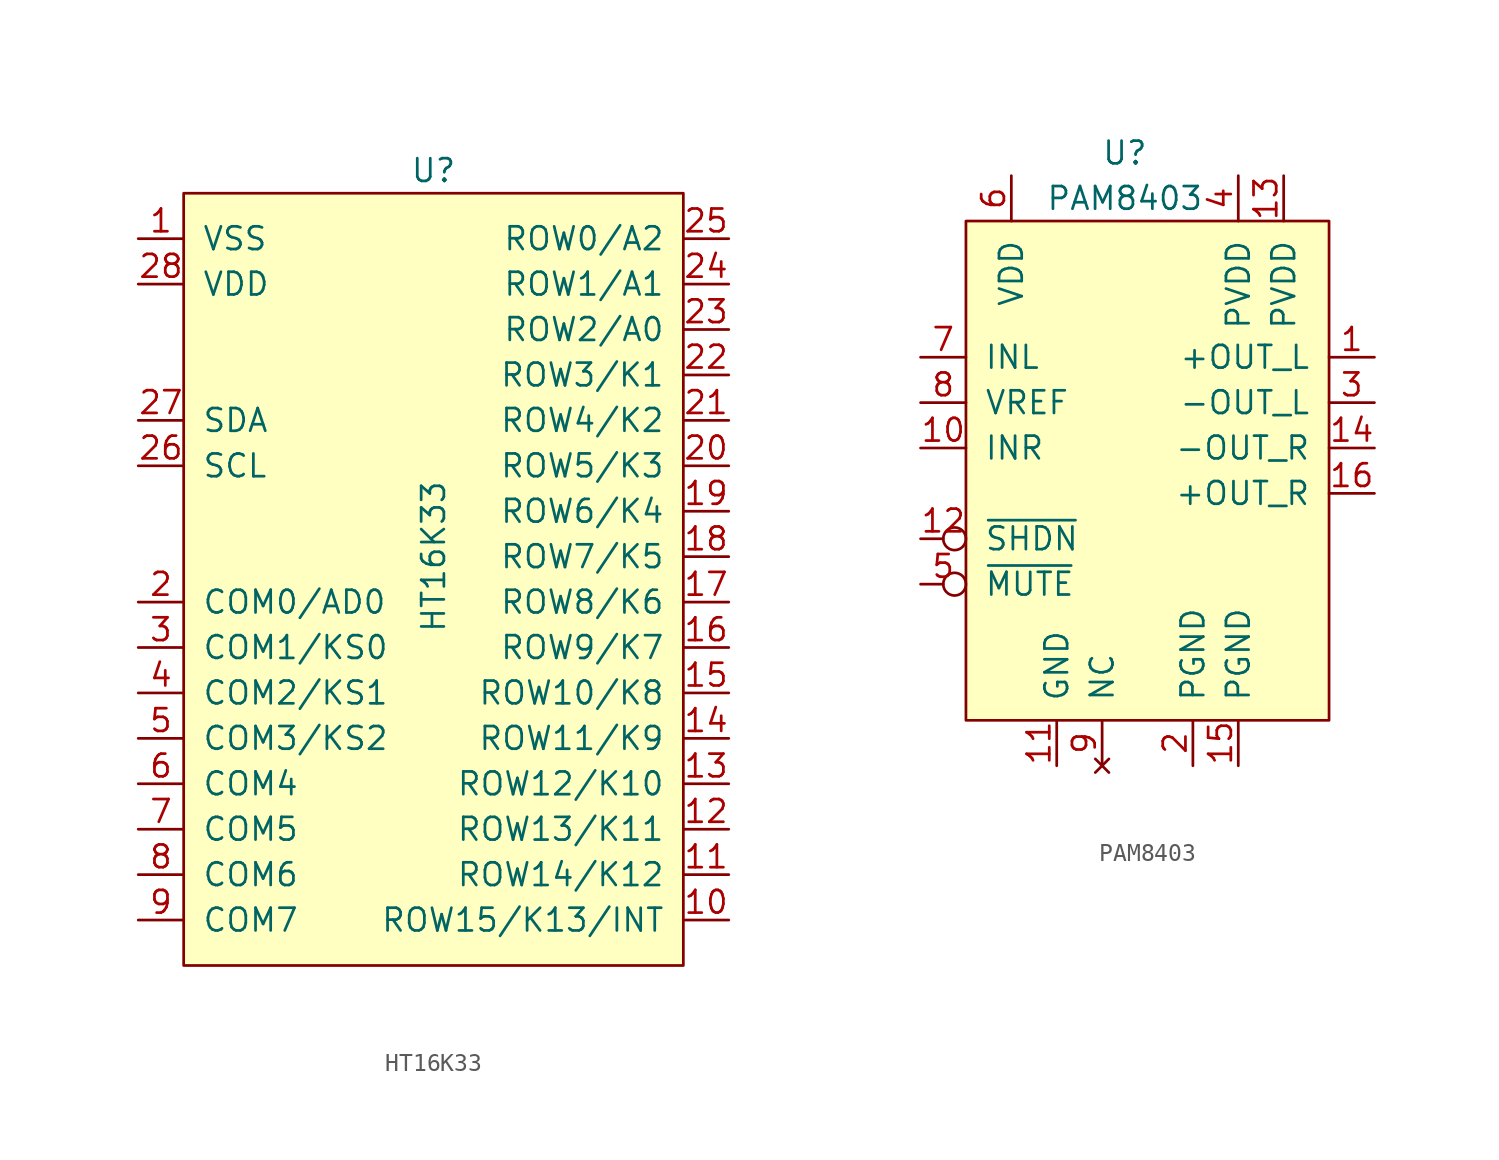
<source format=kicad_sym>
(kicad_symbol_lib
  (version 20211014)
  (generator kicad_symbol_editor)
  (symbol "HT16K33"
    (pin_names
      (offset 1.016))
    (property "Reference" "U"
      (at 0 -2.54 0)
      (effects (font (size 1.27 1.27))))
    (property "Value" "HT16K33"
      (at 0 -24.13 90)
      (effects (font (size 1.27 1.27))))
    (symbol "HT16K33_0_1"
      (rectangle (start -13.97 -3.81) (end 13.97 -46.99) (stroke (width 0) (type default) (color 0 0 0 0)) (fill (type background))))
    (symbol "HT16K33_1_1"
      (pin power_in line (at -16.51 -6.35 0) (length 2.54) (name "VSS" (effects (font (size 1.27 1.27)))) (number "1" (effects (font (size 1.27 1.27)))))
      (pin bidirectional line (at 16.51 -44.45 180) (length 2.54) (name "ROW15/K13/INT" (effects (font (size 1.27 1.27)))) (number "10" (effects (font (size 1.27 1.27)))))
      (pin bidirectional line (at 16.51 -41.91 180) (length 2.54) (name "ROW14/K12" (effects (font (size 1.27 1.27)))) (number "11" (effects (font (size 1.27 1.27)))))
      (pin bidirectional line (at 16.51 -39.37 180) (length 2.54) (name "ROW13/K11" (effects (font (size 1.27 1.27)))) (number "12" (effects (font (size 1.27 1.27)))))
      (pin bidirectional line (at 16.51 -36.83 180) (length 2.54) (name "ROW12/K10" (effects (font (size 1.27 1.27)))) (number "13" (effects (font (size 1.27 1.27)))))
      (pin bidirectional line (at 16.51 -34.29 180) (length 2.54) (name "ROW11/K9" (effects (font (size 1.27 1.27)))) (number "14" (effects (font (size 1.27 1.27)))))
      (pin bidirectional line (at 16.51 -31.75 180) (length 2.54) (name "ROW10/K8" (effects (font (size 1.27 1.27)))) (number "15" (effects (font (size 1.27 1.27)))))
      (pin bidirectional line (at 16.51 -29.21 180) (length 2.54) (name "ROW9/K7" (effects (font (size 1.27 1.27)))) (number "16" (effects (font (size 1.27 1.27)))))
      (pin bidirectional line (at 16.51 -26.67 180) (length 2.54) (name "ROW8/K6" (effects (font (size 1.27 1.27)))) (number "17" (effects (font (size 1.27 1.27)))))
      (pin bidirectional line (at 16.51 -24.13 180) (length 2.54) (name "ROW7/K5" (effects (font (size 1.27 1.27)))) (number "18" (effects (font (size 1.27 1.27)))))
      (pin bidirectional line (at 16.51 -21.59 180) (length 2.54) (name "ROW6/K4" (effects (font (size 1.27 1.27)))) (number "19" (effects (font (size 1.27 1.27)))))
      (pin bidirectional line (at -16.51 -26.67 0) (length 2.54) (name "COM0/AD0" (effects (font (size 1.27 1.27)))) (number "2" (effects (font (size 1.27 1.27)))))
      (pin bidirectional line (at 16.51 -19.05 180) (length 2.54) (name "ROW5/K3" (effects (font (size 1.27 1.27)))) (number "20" (effects (font (size 1.27 1.27)))))
      (pin bidirectional line (at 16.51 -16.51 180) (length 2.54) (name "ROW4/K2" (effects (font (size 1.27 1.27)))) (number "21" (effects (font (size 1.27 1.27)))))
      (pin bidirectional line (at 16.51 -13.97 180) (length 2.54) (name "ROW3/K1" (effects (font (size 1.27 1.27)))) (number "22" (effects (font (size 1.27 1.27)))))
      (pin bidirectional line (at 16.51 -11.43 180) (length 2.54) (name "ROW2/A0" (effects (font (size 1.27 1.27)))) (number "23" (effects (font (size 1.27 1.27)))))
      (pin bidirectional line (at 16.51 -8.89 180) (length 2.54) (name "ROW1/A1" (effects (font (size 1.27 1.27)))) (number "24" (effects (font (size 1.27 1.27)))))
      (pin bidirectional line (at 16.51 -6.35 180) (length 2.54) (name "ROW0/A2" (effects (font (size 1.27 1.27)))) (number "25" (effects (font (size 1.27 1.27)))))
      (pin bidirectional line (at -16.51 -19.05 0) (length 2.54) (name "SCL" (effects (font (size 1.27 1.27)))) (number "26" (effects (font (size 1.27 1.27)))))
      (pin bidirectional line (at -16.51 -16.51 0) (length 2.54) (name "SDA" (effects (font (size 1.27 1.27)))) (number "27" (effects (font (size 1.27 1.27)))))
      (pin power_in line (at -16.51 -8.89 0) (length 2.54) (name "VDD" (effects (font (size 1.27 1.27)))) (number "28" (effects (font (size 1.27 1.27)))))
      (pin bidirectional line (at -16.51 -29.21 0) (length 2.54) (name "COM1/KS0" (effects (font (size 1.27 1.27)))) (number "3" (effects (font (size 1.27 1.27)))))
      (pin bidirectional line (at -16.51 -31.75 0) (length 2.54) (name "COM2/KS1" (effects (font (size 1.27 1.27)))) (number "4" (effects (font (size 1.27 1.27)))))
      (pin bidirectional line (at -16.51 -34.29 0) (length 2.54) (name "COM3/KS2" (effects (font (size 1.27 1.27)))) (number "5" (effects (font (size 1.27 1.27)))))
      (pin bidirectional line (at -16.51 -36.83 0) (length 2.54) (name "COM4" (effects (font (size 1.27 1.27)))) (number "6" (effects (font (size 1.27 1.27)))))
      (pin bidirectional line (at -16.51 -39.37 0) (length 2.54) (name "COM5" (effects (font (size 1.27 1.27)))) (number "7" (effects (font (size 1.27 1.27)))))
      (pin bidirectional line (at -16.51 -41.91 0) (length 2.54) (name "COM6" (effects (font (size 1.27 1.27)))) (number "8" (effects (font (size 1.27 1.27)))))
      (pin bidirectional line (at -16.51 -44.45 0) (length 2.54) (name "COM7" (effects (font (size 1.27 1.27)))) (number "9" (effects (font (size 1.27 1.27)))))))
  (symbol "PAM8403"
    (pin_names
      (offset 1.016))
    (property "Reference" "U"
      (at -1.27 17.78 0)
      (effects (font (size 1.27 1.27))))
    (property "Value" "PAM8403"
      (at -1.27 15.24 0)
      (effects (font (size 1.27 1.27))))
    (symbol "PAM8403_0_1"
      (rectangle (start -10.16 13.97) (end 10.16 -13.97) (stroke (width 0) (type default) (color 0 0 0 0)) (fill (type background))))
    (symbol "PAM8403_1_1"
      (pin output line (at 12.7 6.35 180) (length 2.54) (name "+OUT_L" (effects (font (size 1.27 1.27)))) (number "1" (effects (font (size 1.27 1.27)))))
      (pin input line (at -12.7 1.27 0) (length 2.54) (name "INR" (effects (font (size 1.27 1.27)))) (number "10" (effects (font (size 1.27 1.27)))))
      (pin power_in line (at -5.08 -16.51 90) (length 2.54) (name "GND" (effects (font (size 1.27 1.27)))) (number "11" (effects (font (size 1.27 1.27)))))
      (pin input inverted (at -12.7 -3.81 0) (length 2.54) (name "~{SHDN}" (effects (font (size 1.27 1.27)))) (number "12" (effects (font (size 1.27 1.27)))))
      (pin power_in line (at 7.62 16.51 270) (length 2.54) (name "PVDD" (effects (font (size 1.27 1.27)))) (number "13" (effects (font (size 1.27 1.27)))))
      (pin output line (at 12.7 1.27 180) (length 2.54) (name "-OUT_R" (effects (font (size 1.27 1.27)))) (number "14" (effects (font (size 1.27 1.27)))))
      (pin power_in line (at 5.08 -16.51 90) (length 2.54) (name "PGND" (effects (font (size 1.27 1.27)))) (number "15" (effects (font (size 1.27 1.27)))))
      (pin output line (at 12.7 -1.27 180) (length 2.54) (name "+OUT_R" (effects (font (size 1.27 1.27)))) (number "16" (effects (font (size 1.27 1.27)))))
      (pin power_in line (at 2.54 -16.51 90) (length 2.54) (name "PGND" (effects (font (size 1.27 1.27)))) (number "2" (effects (font (size 1.27 1.27)))))
      (pin output line (at 12.7 3.81 180) (length 2.54) (name "-OUT_L" (effects (font (size 1.27 1.27)))) (number "3" (effects (font (size 1.27 1.27)))))
      (pin power_in line (at 5.08 16.51 270) (length 2.54) (name "PVDD" (effects (font (size 1.27 1.27)))) (number "4" (effects (font (size 1.27 1.27)))))
      (pin input inverted (at -12.7 -6.35 0) (length 2.54) (name "~{MUTE}" (effects (font (size 1.27 1.27)))) (number "5" (effects (font (size 1.27 1.27)))))
      (pin power_in line (at -7.62 16.51 270) (length 2.54) (name "VDD" (effects (font (size 1.27 1.27)))) (number "6" (effects (font (size 1.27 1.27)))))
      (pin input line (at -12.7 6.35 0) (length 2.54) (name "INL" (effects (font (size 1.27 1.27)))) (number "7" (effects (font (size 1.27 1.27)))))
      (pin input line (at -12.7 3.81 0) (length 2.54) (name "VREF" (effects (font (size 1.27 1.27)))) (number "8" (effects (font (size 1.27 1.27)))))
      (pin no_connect line (at -2.54 -16.51 90) (length 2.54) (name "NC" (effects (font (size 1.27 1.27)))) (number "9" (effects (font (size 1.27 1.27))))))))
</source>
